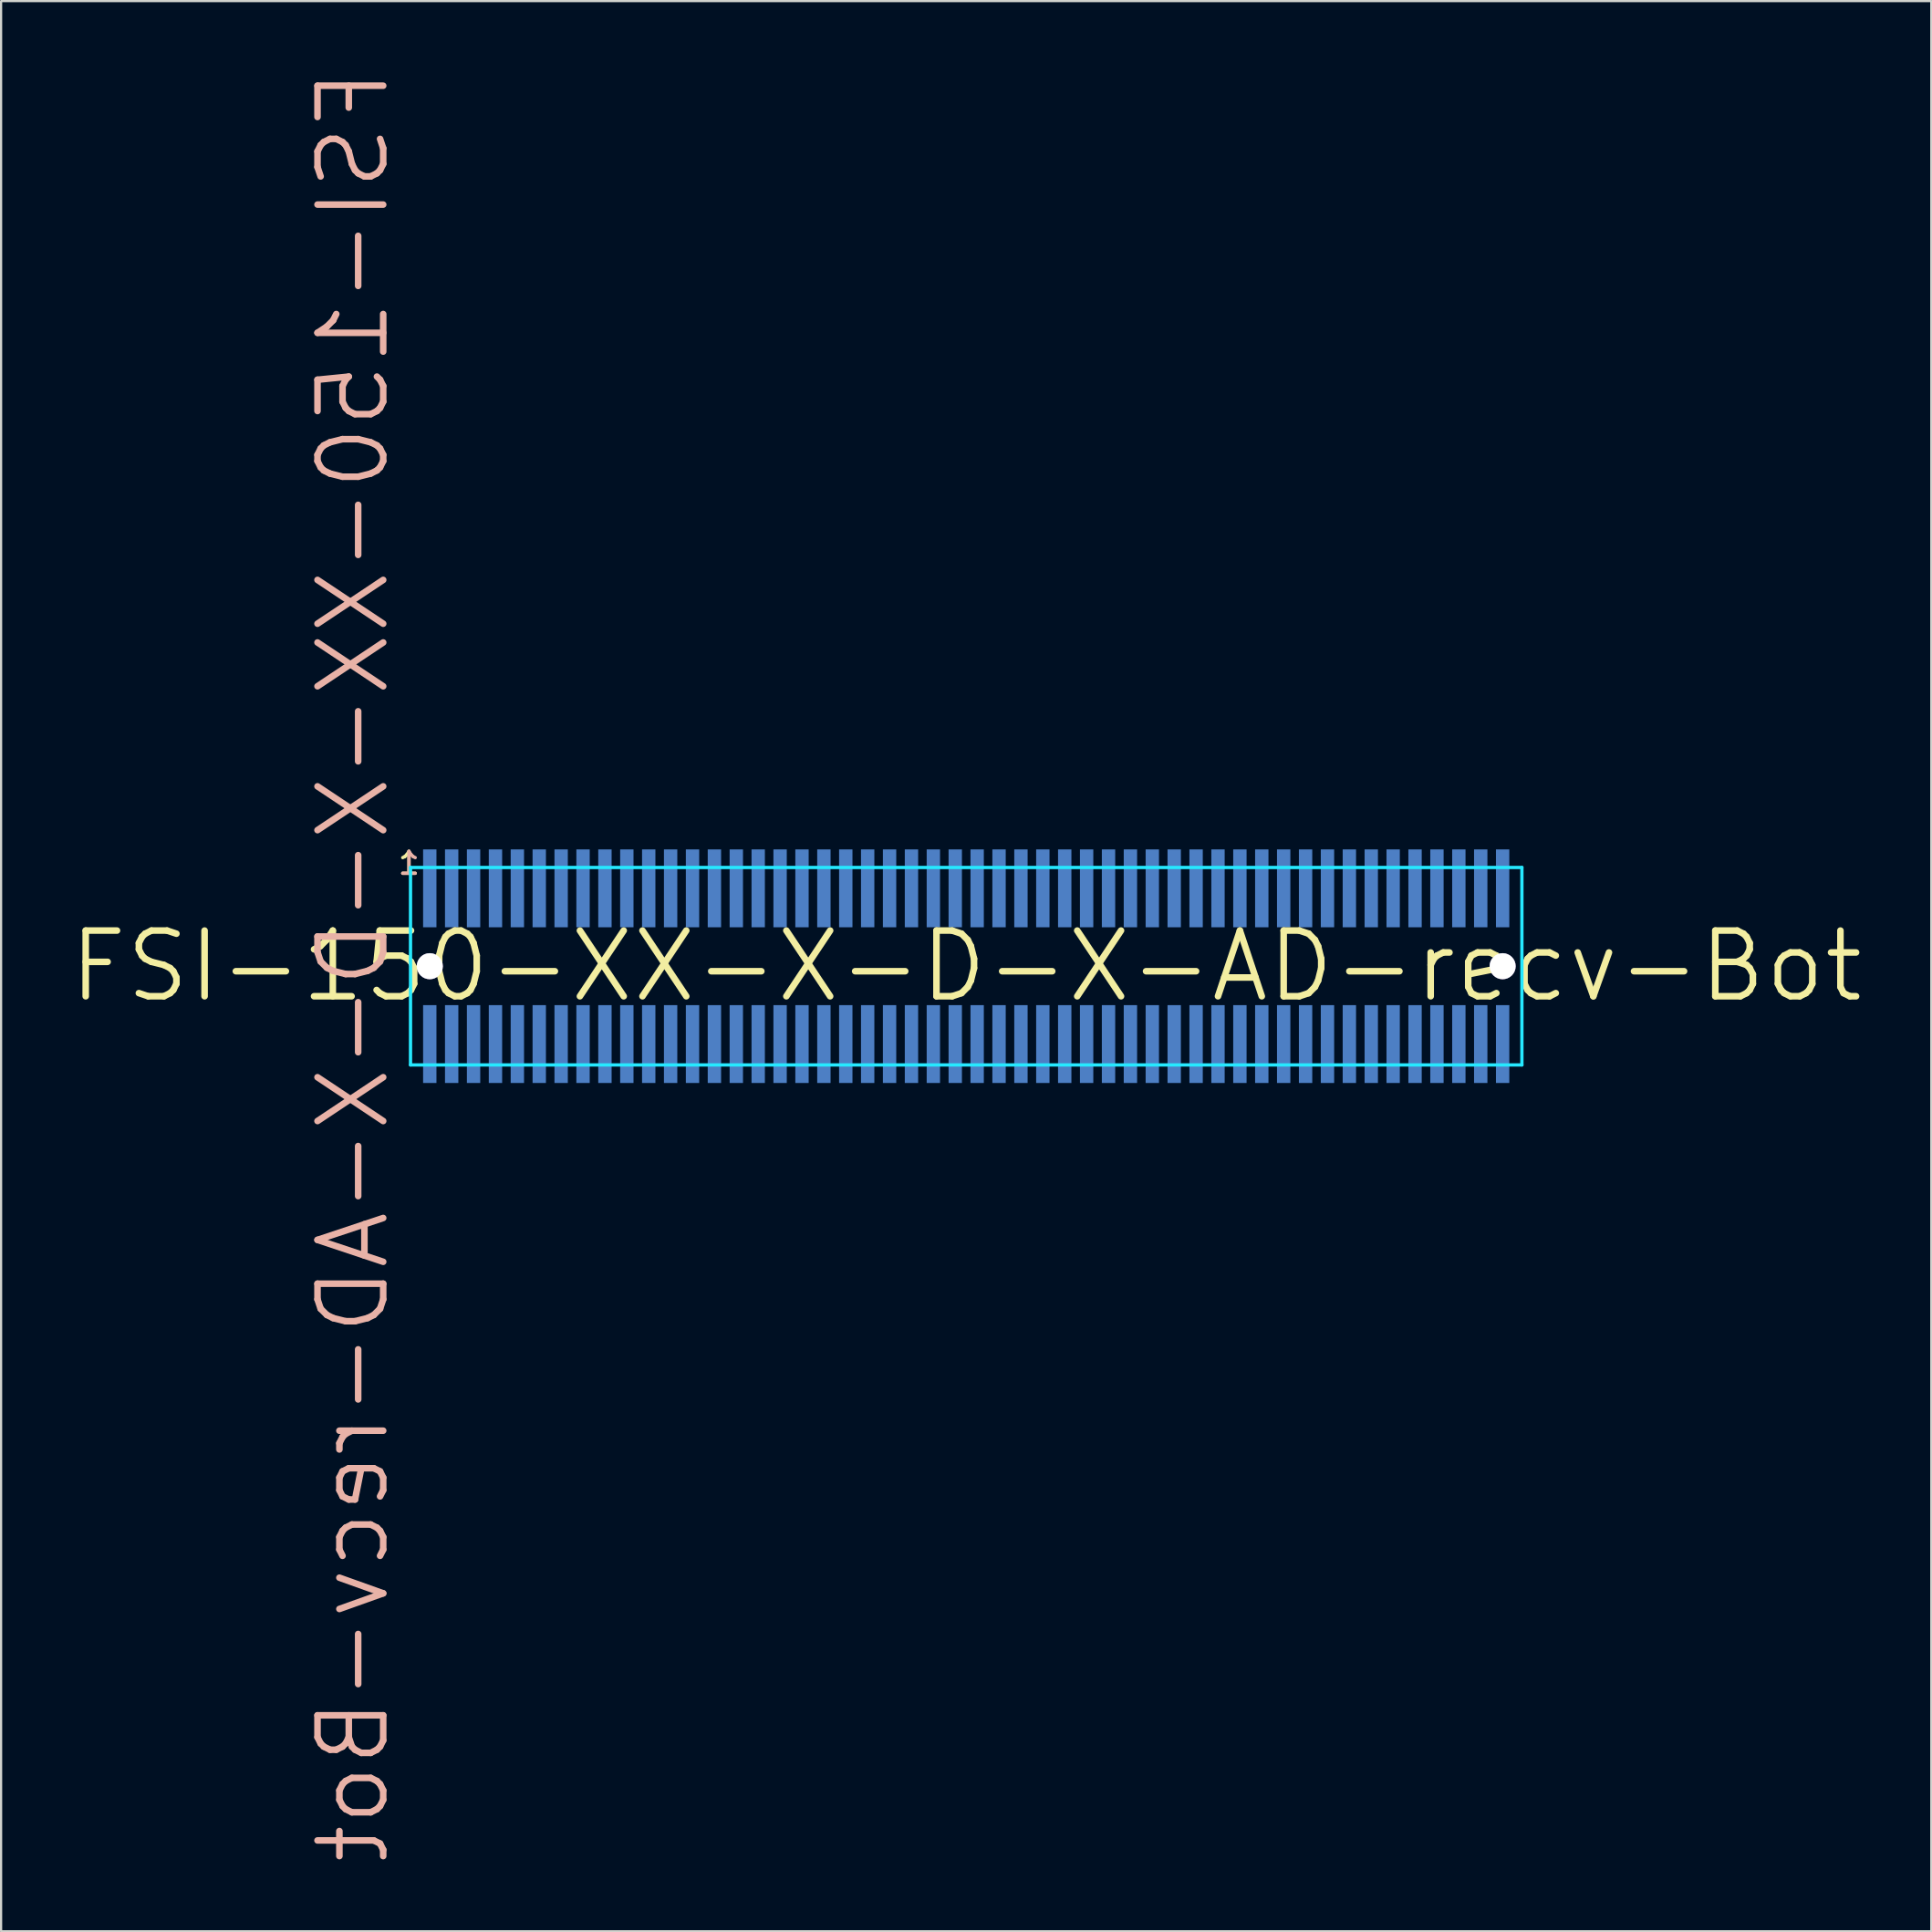
<source format=kicad_pcb>
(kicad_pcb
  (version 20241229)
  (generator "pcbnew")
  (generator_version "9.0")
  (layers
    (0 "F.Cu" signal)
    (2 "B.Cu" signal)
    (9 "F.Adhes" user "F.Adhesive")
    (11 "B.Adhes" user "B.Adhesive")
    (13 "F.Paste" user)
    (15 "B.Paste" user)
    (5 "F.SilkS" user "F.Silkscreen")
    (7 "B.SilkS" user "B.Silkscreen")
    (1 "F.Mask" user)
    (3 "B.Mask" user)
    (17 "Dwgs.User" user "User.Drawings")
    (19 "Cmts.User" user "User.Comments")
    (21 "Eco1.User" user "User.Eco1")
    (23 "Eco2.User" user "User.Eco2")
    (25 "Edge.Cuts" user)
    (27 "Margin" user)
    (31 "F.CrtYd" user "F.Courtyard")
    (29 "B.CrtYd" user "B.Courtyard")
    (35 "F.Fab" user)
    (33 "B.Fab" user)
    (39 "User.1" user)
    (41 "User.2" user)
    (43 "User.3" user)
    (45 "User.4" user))
  (footprint "FSI-150-XX-X-D-X-AD-recv-Bot"
    (layer "F.Cu")
    (at 41.079 41.079)
    (property "Reference" "FSI-150-XX-X-D-X-AD-recv-Bot" (at 0 0 0) (layer "F.SilkS") (effects (font (size 3 3) (thickness 0.3))))
    (attr smd)
    (fp_line (start -25.38 -4.51) (end 25.38 -4.51) (stroke (width 0.15) (type solid)) (layer "B.CrtYd"))
    (fp_line (start -25.38 4.51) (end -25.38 -4.51) (stroke (width 0.15) (type solid)) (layer "B.CrtYd"))
    (fp_line (start 25.38 -4.51) (end 25.38 4.51) (stroke (width 0.15) (type solid)) (layer "B.CrtYd"))
    (fp_line (start 25.38 4.51) (end -25.38 4.51) (stroke (width 0.15) (type solid)) (layer "B.CrtYd"))
    (fp_text user "1" (at -25.45 -4.7 0) (layer "F.SilkS") (effects (font (size 1 1) (thickness 0.15))))
    (fp_text user "1" (at -25.45 -4.7 0) (layer "B.SilkS") (effects (font (size 1 1) (thickness 0.15)) (justify mirror)))
    (fp_text user "${REFERENCE}" (at -28 0 90) (layer "B.SilkS") (effects (font (size 3 3) (thickness 0.3)) (justify mirror)))
    (pad "" np_thru_hole circle (at -24.5 0) (size 1.191 1.191) (drill 1.19) (layers "*.Cu" "*.Mask"))
    (pad "" np_thru_hole circle (at 24.5 0) (size 1.191 1.191) (drill 1.19) (layers "*.Cu" "*.Mask"))
    (pad "1" smd rect (at -24.5 -3.556) (size 0.61 3.556) (layers "B.Cu" "B.Mask"))
    (pad "2" smd rect (at -24.5 3.556) (size 0.61 3.556) (layers "B.Cu" "B.Mask"))
    (pad "3" smd rect (at -23.5 -3.556) (size 0.61 3.556) (layers "B.Cu" "B.Mask"))
    (pad "4" smd rect (at -23.5 3.556) (size 0.61 3.556) (layers "B.Cu" "B.Mask"))
    (pad "5" smd rect (at -22.5 -3.556) (size 0.61 3.556) (layers "B.Cu" "B.Mask"))
    (pad "6" smd rect (at -22.5 3.556) (size 0.61 3.556) (layers "B.Cu" "B.Mask"))
    (pad "7" smd rect (at -21.5 -3.556) (size 0.61 3.556) (layers "B.Cu" "B.Mask"))
    (pad "8" smd rect (at -21.5 3.556) (size 0.61 3.556) (layers "B.Cu" "B.Mask"))
    (pad "9" smd rect (at -20.5 -3.556) (size 0.61 3.556) (layers "B.Cu" "B.Mask"))
    (pad "10" smd rect (at -20.5 3.556) (size 0.61 3.556) (layers "B.Cu" "B.Mask"))
    (pad "11" smd rect (at -19.5 -3.556) (size 0.61 3.556) (layers "B.Cu" "B.Mask"))
    (pad "12" smd rect (at -19.5 3.556) (size 0.61 3.556) (layers "B.Cu" "B.Mask"))
    (pad "13" smd rect (at -18.5 -3.556) (size 0.61 3.556) (layers "B.Cu" "B.Mask"))
    (pad "14" smd rect (at -18.5 3.556) (size 0.61 3.556) (layers "B.Cu" "B.Mask"))
    (pad "15" smd rect (at -17.5 -3.556) (size 0.61 3.556) (layers "B.Cu" "B.Mask"))
    (pad "16" smd rect (at -17.5 3.556) (size 0.61 3.556) (layers "B.Cu" "B.Mask"))
    (pad "17" smd rect (at -16.5 -3.556) (size 0.61 3.556) (layers "B.Cu" "B.Mask"))
    (pad "18" smd rect (at -16.5 3.556) (size 0.61 3.556) (layers "B.Cu" "B.Mask"))
    (pad "19" smd rect (at -15.5 -3.556) (size 0.61 3.556) (layers "B.Cu" "B.Mask"))
    (pad "20" smd rect (at -15.5 3.556) (size 0.61 3.556) (layers "B.Cu" "B.Mask"))
    (pad "21" smd rect (at -14.5 -3.556) (size 0.61 3.556) (layers "B.Cu" "B.Mask"))
    (pad "22" smd rect (at -14.5 3.556) (size 0.61 3.556) (layers "B.Cu" "B.Mask"))
    (pad "23" smd rect (at -13.5 -3.556) (size 0.61 3.556) (layers "B.Cu" "B.Mask"))
    (pad "24" smd rect (at -13.5 3.556) (size 0.61 3.556) (layers "B.Cu" "B.Mask"))
    (pad "25" smd rect (at -12.5 -3.556) (size 0.61 3.556) (layers "B.Cu" "B.Mask"))
    (pad "26" smd rect (at -12.5 3.556) (size 0.61 3.556) (layers "B.Cu" "B.Mask"))
    (pad "27" smd rect (at -11.5 -3.556) (size 0.61 3.556) (layers "B.Cu" "B.Mask"))
    (pad "28" smd rect (at -11.5 3.556) (size 0.61 3.556) (layers "B.Cu" "B.Mask"))
    (pad "29" smd rect (at -10.5 -3.556) (size 0.61 3.556) (layers "B.Cu" "B.Mask"))
    (pad "30" smd rect (at -10.5 3.556) (size 0.61 3.556) (layers "B.Cu" "B.Mask"))
    (pad "31" smd rect (at -9.5 -3.556) (size 0.61 3.556) (layers "B.Cu" "B.Mask"))
    (pad "32" smd rect (at -9.5 3.556) (size 0.61 3.556) (layers "B.Cu" "B.Mask"))
    (pad "33" smd rect (at -8.5 -3.556) (size 0.61 3.556) (layers "B.Cu" "B.Mask"))
    (pad "34" smd rect (at -8.5 3.556) (size 0.61 3.556) (layers "B.Cu" "B.Mask"))
    (pad "35" smd rect (at -7.5 -3.556) (size 0.61 3.556) (layers "B.Cu" "B.Mask"))
    (pad "36" smd rect (at -7.5 3.556) (size 0.61 3.556) (layers "B.Cu" "B.Mask"))
    (pad "37" smd rect (at -6.5 -3.556) (size 0.61 3.556) (layers "B.Cu" "B.Mask"))
    (pad "38" smd rect (at -6.5 3.556) (size 0.61 3.556) (layers "B.Cu" "B.Mask"))
    (pad "39" smd rect (at -5.5 -3.556) (size 0.61 3.556) (layers "B.Cu" "B.Mask"))
    (pad "40" smd rect (at -5.5 3.556) (size 0.61 3.556) (layers "B.Cu" "B.Mask"))
    (pad "41" smd rect (at -4.5 -3.556) (size 0.61 3.556) (layers "B.Cu" "B.Mask"))
    (pad "42" smd rect (at -4.5 3.556) (size 0.61 3.556) (layers "B.Cu" "B.Mask"))
    (pad "43" smd rect (at -3.5 -3.556) (size 0.61 3.556) (layers "B.Cu" "B.Mask"))
    (pad "44" smd rect (at -3.5 3.556) (size 0.61 3.556) (layers "B.Cu" "B.Mask"))
    (pad "45" smd rect (at -2.5 -3.556) (size 0.61 3.556) (layers "B.Cu" "B.Mask"))
    (pad "46" smd rect (at -2.5 3.556) (size 0.61 3.556) (layers "B.Cu" "B.Mask"))
    (pad "47" smd rect (at -1.5 -3.556) (size 0.61 3.556) (layers "B.Cu" "B.Mask"))
    (pad "48" smd rect (at -1.5 3.556) (size 0.61 3.556) (layers "B.Cu" "B.Mask"))
    (pad "49" smd rect (at -0.5 -3.556) (size 0.61 3.556) (layers "B.Cu" "B.Mask"))
    (pad "50" smd rect (at -0.5 3.556) (size 0.61 3.556) (layers "B.Cu" "B.Mask"))
    (pad "51" smd rect (at 0.5 -3.556) (size 0.61 3.556) (layers "B.Cu" "B.Mask"))
    (pad "52" smd rect (at 0.5 3.556) (size 0.61 3.556) (layers "B.Cu" "B.Mask"))
    (pad "53" smd rect (at 1.5 -3.556) (size 0.61 3.556) (layers "B.Cu" "B.Mask"))
    (pad "54" smd rect (at 1.5 3.556) (size 0.61 3.556) (layers "B.Cu" "B.Mask"))
    (pad "55" smd rect (at 2.5 -3.556) (size 0.61 3.556) (layers "B.Cu" "B.Mask"))
    (pad "56" smd rect (at 2.5 3.556) (size 0.61 3.556) (layers "B.Cu" "B.Mask"))
    (pad "57" smd rect (at 3.5 -3.556) (size 0.61 3.556) (layers "B.Cu" "B.Mask"))
    (pad "58" smd rect (at 3.5 3.556) (size 0.61 3.556) (layers "B.Cu" "B.Mask"))
    (pad "59" smd rect (at 4.5 -3.556) (size 0.61 3.556) (layers "B.Cu" "B.Mask"))
    (pad "60" smd rect (at 4.5 3.556) (size 0.61 3.556) (layers "B.Cu" "B.Mask"))
    (pad "61" smd rect (at 5.5 -3.556) (size 0.61 3.556) (layers "B.Cu" "B.Mask"))
    (pad "62" smd rect (at 5.5 3.556) (size 0.61 3.556) (layers "B.Cu" "B.Mask"))
    (pad "63" smd rect (at 6.5 -3.556) (size 0.61 3.556) (layers "B.Cu" "B.Mask"))
    (pad "64" smd rect (at 6.5 3.556) (size 0.61 3.556) (layers "B.Cu" "B.Mask"))
    (pad "65" smd rect (at 7.5 -3.556) (size 0.61 3.556) (layers "B.Cu" "B.Mask"))
    (pad "66" smd rect (at 7.5 3.556) (size 0.61 3.556) (layers "B.Cu" "B.Mask"))
    (pad "67" smd rect (at 8.5 -3.556) (size 0.61 3.556) (layers "B.Cu" "B.Mask"))
    (pad "68" smd rect (at 8.5 3.556) (size 0.61 3.556) (layers "B.Cu" "B.Mask"))
    (pad "69" smd rect (at 9.5 -3.556) (size 0.61 3.556) (layers "B.Cu" "B.Mask"))
    (pad "70" smd rect (at 9.5 3.556) (size 0.61 3.556) (layers "B.Cu" "B.Mask"))
    (pad "71" smd rect (at 10.5 -3.556) (size 0.61 3.556) (layers "B.Cu" "B.Mask"))
    (pad "72" smd rect (at 10.5 3.556) (size 0.61 3.556) (layers "B.Cu" "B.Mask"))
    (pad "73" smd rect (at 11.5 -3.556) (size 0.61 3.556) (layers "B.Cu" "B.Mask"))
    (pad "74" smd rect (at 11.5 3.556) (size 0.61 3.556) (layers "B.Cu" "B.Mask"))
    (pad "75" smd rect (at 12.5 -3.556) (size 0.61 3.556) (layers "B.Cu" "B.Mask"))
    (pad "76" smd rect (at 12.5 3.556) (size 0.61 3.556) (layers "B.Cu" "B.Mask"))
    (pad "77" smd rect (at 13.5 -3.556) (size 0.61 3.556) (layers "B.Cu" "B.Mask"))
    (pad "78" smd rect (at 13.5 3.556) (size 0.61 3.556) (layers "B.Cu" "B.Mask"))
    (pad "79" smd rect (at 14.5 -3.556) (size 0.61 3.556) (layers "B.Cu" "B.Mask"))
    (pad "80" smd rect (at 14.5 3.556) (size 0.61 3.556) (layers "B.Cu" "B.Mask"))
    (pad "81" smd rect (at 15.5 -3.556) (size 0.61 3.556) (layers "B.Cu" "B.Mask"))
    (pad "82" smd rect (at 15.5 3.556) (size 0.61 3.556) (layers "B.Cu" "B.Mask"))
    (pad "83" smd rect (at 16.5 -3.556) (size 0.61 3.556) (layers "B.Cu" "B.Mask"))
    (pad "84" smd rect (at 16.5 3.556) (size 0.61 3.556) (layers "B.Cu" "B.Mask"))
    (pad "85" smd rect (at 17.5 -3.556) (size 0.61 3.556) (layers "B.Cu" "B.Mask"))
    (pad "86" smd rect (at 17.5 3.556) (size 0.61 3.556) (layers "B.Cu" "B.Mask"))
    (pad "87" smd rect (at 18.5 -3.556) (size 0.61 3.556) (layers "B.Cu" "B.Mask"))
    (pad "88" smd rect (at 18.5 3.556) (size 0.61 3.556) (layers "B.Cu" "B.Mask"))
    (pad "89" smd rect (at 19.5 -3.556) (size 0.61 3.556) (layers "B.Cu" "B.Mask"))
    (pad "90" smd rect (at 19.5 3.556) (size 0.61 3.556) (layers "B.Cu" "B.Mask"))
    (pad "91" smd rect (at 20.5 -3.556) (size 0.61 3.556) (layers "B.Cu" "B.Mask"))
    (pad "92" smd rect (at 20.5 3.556) (size 0.61 3.556) (layers "B.Cu" "B.Mask"))
    (pad "93" smd rect (at 21.5 -3.556) (size 0.61 3.556) (layers "B.Cu" "B.Mask"))
    (pad "94" smd rect (at 21.5 3.556) (size 0.61 3.556) (layers "B.Cu" "B.Mask"))
    (pad "95" smd rect (at 22.5 -3.556) (size 0.61 3.556) (layers "B.Cu" "B.Mask"))
    (pad "96" smd rect (at 22.5 3.556) (size 0.61 3.556) (layers "B.Cu" "B.Mask"))
    (pad "97" smd rect (at 23.5 -3.556) (size 0.61 3.556) (layers "B.Cu" "B.Mask"))
    (pad "98" smd rect (at 23.5 3.556) (size 0.61 3.556) (layers "B.Cu" "B.Mask"))
    (pad "99" smd rect (at 24.5 -3.556) (size 0.61 3.556) (layers "B.Cu" "B.Mask"))
    (pad "100" smd rect (at 24.5 3.556) (size 0.61 3.556) (layers "B.Cu" "B.Mask")))
  (gr_rect
    (start -3 -3)
    (end 85.157 85.157)
    (stroke (width 0.1) (type default))
    (fill no)
    (layer "Edge.Cuts")))
</source>
